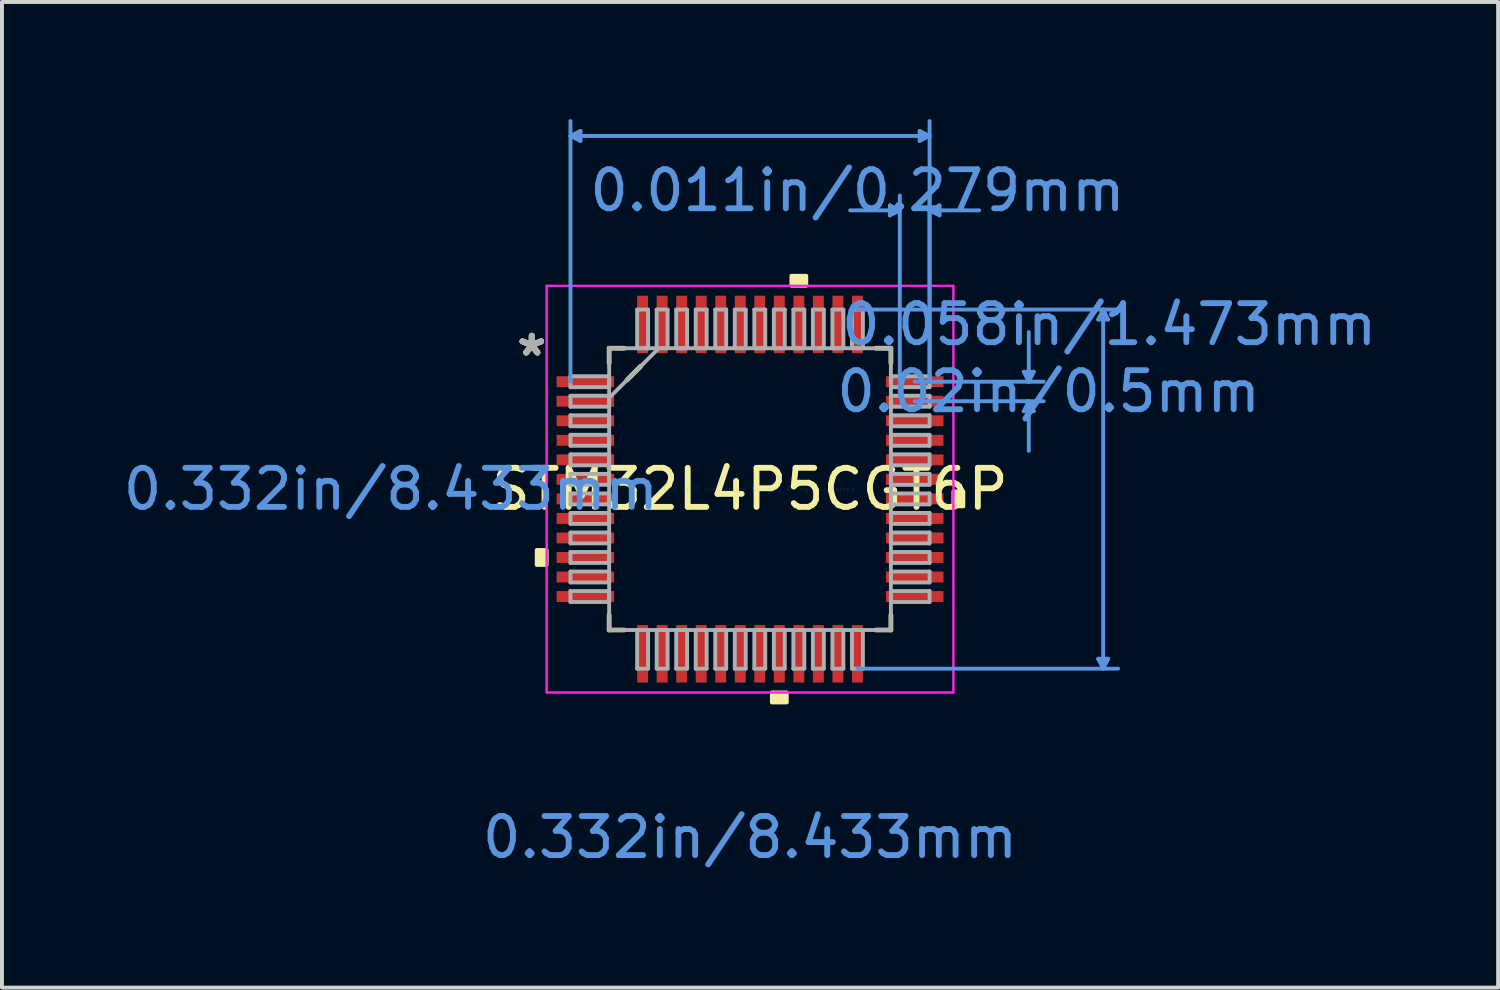
<source format=kicad_pcb>
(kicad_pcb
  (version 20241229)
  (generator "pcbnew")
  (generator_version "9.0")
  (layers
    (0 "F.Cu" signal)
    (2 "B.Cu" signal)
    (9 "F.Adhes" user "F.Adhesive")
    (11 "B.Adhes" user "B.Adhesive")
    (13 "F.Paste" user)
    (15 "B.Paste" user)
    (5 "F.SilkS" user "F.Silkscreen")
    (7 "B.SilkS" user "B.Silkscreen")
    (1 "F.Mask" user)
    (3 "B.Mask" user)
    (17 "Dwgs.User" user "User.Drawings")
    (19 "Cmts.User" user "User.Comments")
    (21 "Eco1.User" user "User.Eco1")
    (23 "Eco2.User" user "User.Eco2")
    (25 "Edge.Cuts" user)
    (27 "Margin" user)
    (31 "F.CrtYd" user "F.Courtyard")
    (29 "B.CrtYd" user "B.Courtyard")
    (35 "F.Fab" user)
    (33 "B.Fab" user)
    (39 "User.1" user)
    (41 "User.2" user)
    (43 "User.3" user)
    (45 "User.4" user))
  (footprint "STM32L4P5CGT6P"
    (layer "F.Cu")
    (at 16.153 9.473)
    (property "Reference" "STM32L4P5CGT6P" (at 0 0 0) (layer "F.SilkS") (effects (font (size 1 1) (thickness 0.15))))
    (attr through_hole)
    (fp_line (start -3.607 -3.607) (end -3.607 -3.222) (stroke (width 0.12) (type solid)) (layer "F.SilkS"))
    (fp_line (start -3.607 3.222) (end -3.607 3.607) (stroke (width 0.12) (type solid)) (layer "F.SilkS"))
    (fp_line (start -3.607 3.607) (end -3.222 3.607) (stroke (width 0.12) (type solid)) (layer "F.SilkS"))
    (fp_line (start -3.222 -3.607) (end -3.607 -3.607) (stroke (width 0.12) (type solid)) (layer "F.SilkS"))
    (fp_line (start -3.147 -2.797) (end -2.797 -3.147) (stroke (width 0.12) (type solid)) (layer "F.SilkS"))
    (fp_line (start 3.222 3.607) (end 3.607 3.607) (stroke (width 0.12) (type solid)) (layer "F.SilkS"))
    (fp_line (start 3.607 -3.607) (end 3.222 -3.607) (stroke (width 0.12) (type solid)) (layer "F.SilkS"))
    (fp_line (start 3.607 -3.222) (end 3.607 -3.607) (stroke (width 0.12) (type solid)) (layer "F.SilkS"))
    (fp_line (start 3.607 3.607) (end 3.607 3.222) (stroke (width 0.12) (type solid)) (layer "F.SilkS"))
    (fp_poly (pts (xy -5.461 1.559) (xy -5.461 1.94) (xy -5.207 1.94) (xy -5.207 1.559)) (stroke (width 0.1) (type solid)) (fill yes) (layer "F.SilkS"))
    (fp_poly (pts (xy 0.56 5.207) (xy 0.56 5.461) (xy 0.941 5.461) (xy 0.941 5.207)) (stroke (width 0.1) (type solid)) (fill yes) (layer "F.SilkS"))
    (fp_poly (pts (xy 1.06 -5.207) (xy 1.06 -5.461) (xy 1.44 -5.461) (xy 1.44 -5.207)) (stroke (width 0.1) (type solid)) (fill yes) (layer "F.SilkS"))
    (fp_poly (pts (xy 5.461 0.059) (xy 5.461 0.441) (xy 5.207 0.441) (xy 5.207 0.059)) (stroke (width 0.1) (type solid)) (fill yes) (layer "F.SilkS"))
    (fp_line (start -4.597 -9.042) (end -4.343 -9.169) (stroke (width 0.1) (type solid)) (layer "Cmts.User"))
    (fp_line (start -4.597 -9.042) (end -4.343 -8.915) (stroke (width 0.1) (type solid)) (layer "Cmts.User"))
    (fp_line (start -4.597 -9.042) (end 4.597 -9.042) (stroke (width 0.1) (type solid)) (layer "Cmts.User"))
    (fp_line (start -4.597 -2.75) (end -4.597 -9.423) (stroke (width 0.1) (type solid)) (layer "Cmts.User"))
    (fp_line (start -4.343 -9.169) (end -4.343 -8.915) (stroke (width 0.1) (type solid)) (layer "Cmts.User"))
    (fp_line (start 2.75 -4.597) (end 9.423 -4.597) (stroke (width 0.1) (type solid)) (layer "Cmts.User"))
    (fp_line (start 2.75 4.597) (end 9.423 4.597) (stroke (width 0.1) (type solid)) (layer "Cmts.User"))
    (fp_line (start 3.581 -7.264) (end 3.581 -7.01) (stroke (width 0.1) (type solid)) (layer "Cmts.User"))
    (fp_line (start 3.835 -7.137) (end 2.565 -7.137) (stroke (width 0.1) (type solid)) (layer "Cmts.User"))
    (fp_line (start 3.835 -7.137) (end 3.581 -7.264) (stroke (width 0.1) (type solid)) (layer "Cmts.User"))
    (fp_line (start 3.835 -7.137) (end 3.581 -7.01) (stroke (width 0.1) (type solid)) (layer "Cmts.User"))
    (fp_line (start 3.835 -2.75) (end 3.835 -7.518) (stroke (width 0.1) (type solid)) (layer "Cmts.User"))
    (fp_line (start 4.216 -2.75) (end 7.518 -2.75) (stroke (width 0.1) (type solid)) (layer "Cmts.User"))
    (fp_line (start 4.216 -2.25) (end 7.518 -2.25) (stroke (width 0.1) (type solid)) (layer "Cmts.User"))
    (fp_line (start 4.343 -9.169) (end 4.343 -8.915) (stroke (width 0.1) (type solid)) (layer "Cmts.User"))
    (fp_line (start 4.597 -9.042) (end 4.343 -9.169) (stroke (width 0.1) (type solid)) (layer "Cmts.User"))
    (fp_line (start 4.597 -9.042) (end 4.343 -8.915) (stroke (width 0.1) (type solid)) (layer "Cmts.User"))
    (fp_line (start 4.597 -7.137) (end 4.851 -7.264) (stroke (width 0.1) (type solid)) (layer "Cmts.User"))
    (fp_line (start 4.597 -7.137) (end 4.851 -7.01) (stroke (width 0.1) (type solid)) (layer "Cmts.User"))
    (fp_line (start 4.597 -7.137) (end 5.867 -7.137) (stroke (width 0.1) (type solid)) (layer "Cmts.User"))
    (fp_line (start 4.597 -2.75) (end 4.597 -9.423) (stroke (width 0.1) (type solid)) (layer "Cmts.User"))
    (fp_line (start 4.597 -2.75) (end 4.597 -7.518) (stroke (width 0.1) (type solid)) (layer "Cmts.User"))
    (fp_line (start 4.851 -7.264) (end 4.851 -7.01) (stroke (width 0.1) (type solid)) (layer "Cmts.User"))
    (fp_line (start 7.01 -3.004) (end 7.264 -3.004) (stroke (width 0.1) (type solid)) (layer "Cmts.User"))
    (fp_line (start 7.01 -1.996) (end 7.264 -1.996) (stroke (width 0.1) (type solid)) (layer "Cmts.User"))
    (fp_line (start 7.137 -2.75) (end 7.01 -3.004) (stroke (width 0.1) (type solid)) (layer "Cmts.User"))
    (fp_line (start 7.137 -2.75) (end 7.137 -4.02) (stroke (width 0.1) (type solid)) (layer "Cmts.User"))
    (fp_line (start 7.137 -2.75) (end 7.264 -3.004) (stroke (width 0.1) (type solid)) (layer "Cmts.User"))
    (fp_line (start 7.137 -2.25) (end 7.01 -1.996) (stroke (width 0.1) (type solid)) (layer "Cmts.User"))
    (fp_line (start 7.137 -2.25) (end 7.137 -0.98) (stroke (width 0.1) (type solid)) (layer "Cmts.User"))
    (fp_line (start 7.137 -2.25) (end 7.264 -1.996) (stroke (width 0.1) (type solid)) (layer "Cmts.User"))
    (fp_line (start 8.915 -4.343) (end 9.169 -4.343) (stroke (width 0.1) (type solid)) (layer "Cmts.User"))
    (fp_line (start 8.915 4.343) (end 9.169 4.343) (stroke (width 0.1) (type solid)) (layer "Cmts.User"))
    (fp_line (start 9.042 -4.597) (end 8.915 -4.343) (stroke (width 0.1) (type solid)) (layer "Cmts.User"))
    (fp_line (start 9.042 -4.597) (end 9.042 4.597) (stroke (width 0.1) (type solid)) (layer "Cmts.User"))
    (fp_line (start 9.042 -4.597) (end 9.169 -4.343) (stroke (width 0.1) (type solid)) (layer "Cmts.User"))
    (fp_line (start 9.042 4.597) (end 8.915 4.343) (stroke (width 0.1) (type solid)) (layer "Cmts.User"))
    (fp_line (start 9.042 4.597) (end 9.169 4.343) (stroke (width 0.1) (type solid)) (layer "Cmts.User"))
    (fp_line (start -5.207 -5.207) (end 5.207 -5.207) (stroke (width 0.05) (type solid)) (layer "F.CrtYd"))
    (fp_line (start -5.207 -5.207) (end 5.207 -5.207) (stroke (width 0.05) (type solid)) (layer "F.CrtYd"))
    (fp_line (start -5.207 5.207) (end -5.207 -5.207) (stroke (width 0.05) (type solid)) (layer "F.CrtYd"))
    (fp_line (start -5.207 5.207) (end -5.207 -5.207) (stroke (width 0.05) (type solid)) (layer "F.CrtYd"))
    (fp_line (start 5.207 -5.207) (end 5.207 5.207) (stroke (width 0.05) (type solid)) (layer "F.CrtYd"))
    (fp_line (start 5.207 -5.207) (end 5.207 5.207) (stroke (width 0.05) (type solid)) (layer "F.CrtYd"))
    (fp_line (start 5.207 5.207) (end -5.207 5.207) (stroke (width 0.05) (type solid)) (layer "F.CrtYd"))
    (fp_line (start 5.207 5.207) (end -5.207 5.207) (stroke (width 0.05) (type solid)) (layer "F.CrtYd"))
    (fp_line (start -4.597 -2.89) (end -4.597 -2.61) (stroke (width 0.1) (type solid)) (layer "F.Fab"))
    (fp_line (start -4.597 -2.61) (end -3.607 -2.61) (stroke (width 0.1) (type solid)) (layer "F.Fab"))
    (fp_line (start -4.597 -2.39) (end -4.597 -2.11) (stroke (width 0.1) (type solid)) (layer "F.Fab"))
    (fp_line (start -4.597 -2.11) (end -3.607 -2.11) (stroke (width 0.1) (type solid)) (layer "F.Fab"))
    (fp_line (start -4.597 -1.89) (end -4.597 -1.61) (stroke (width 0.1) (type solid)) (layer "F.Fab"))
    (fp_line (start -4.597 -1.61) (end -3.607 -1.61) (stroke (width 0.1) (type solid)) (layer "F.Fab"))
    (fp_line (start -4.597 -1.39) (end -4.597 -1.11) (stroke (width 0.1) (type solid)) (layer "F.Fab"))
    (fp_line (start -4.597 -1.11) (end -3.607 -1.11) (stroke (width 0.1) (type solid)) (layer "F.Fab"))
    (fp_line (start -4.597 -0.89) (end -4.597 -0.61) (stroke (width 0.1) (type solid)) (layer "F.Fab"))
    (fp_line (start -4.597 -0.61) (end -3.607 -0.61) (stroke (width 0.1) (type solid)) (layer "F.Fab"))
    (fp_line (start -4.597 -0.39) (end -4.597 -0.11) (stroke (width 0.1) (type solid)) (layer "F.Fab"))
    (fp_line (start -4.597 -0.11) (end -3.607 -0.11) (stroke (width 0.1) (type solid)) (layer "F.Fab"))
    (fp_line (start -4.597 0.11) (end -4.597 0.39) (stroke (width 0.1) (type solid)) (layer "F.Fab"))
    (fp_line (start -4.597 0.39) (end -3.607 0.39) (stroke (width 0.1) (type solid)) (layer "F.Fab"))
    (fp_line (start -4.597 0.61) (end -4.597 0.89) (stroke (width 0.1) (type solid)) (layer "F.Fab"))
    (fp_line (start -4.597 0.89) (end -3.607 0.89) (stroke (width 0.1) (type solid)) (layer "F.Fab"))
    (fp_line (start -4.597 1.11) (end -4.597 1.39) (stroke (width 0.1) (type solid)) (layer "F.Fab"))
    (fp_line (start -4.597 1.39) (end -3.607 1.39) (stroke (width 0.1) (type solid)) (layer "F.Fab"))
    (fp_line (start -4.597 1.61) (end -4.597 1.89) (stroke (width 0.1) (type solid)) (layer "F.Fab"))
    (fp_line (start -4.597 1.89) (end -3.607 1.89) (stroke (width 0.1) (type solid)) (layer "F.Fab"))
    (fp_line (start -4.597 2.11) (end -4.597 2.39) (stroke (width 0.1) (type solid)) (layer "F.Fab"))
    (fp_line (start -4.597 2.39) (end -3.607 2.39) (stroke (width 0.1) (type solid)) (layer "F.Fab"))
    (fp_line (start -4.597 2.61) (end -4.597 2.89) (stroke (width 0.1) (type solid)) (layer "F.Fab"))
    (fp_line (start -4.597 2.89) (end -3.607 2.89) (stroke (width 0.1) (type solid)) (layer "F.Fab"))
    (fp_line (start -3.607 -3.607) (end -3.607 -3.607) (stroke (width 0.1) (type solid)) (layer "F.Fab"))
    (fp_line (start -3.607 -3.607) (end -3.607 3.607) (stroke (width 0.1) (type solid)) (layer "F.Fab"))
    (fp_line (start -3.607 -2.89) (end -4.597 -2.89) (stroke (width 0.1) (type solid)) (layer "F.Fab"))
    (fp_line (start -3.607 -2.61) (end -3.607 -2.89) (stroke (width 0.1) (type solid)) (layer "F.Fab"))
    (fp_line (start -3.607 -2.39) (end -4.597 -2.39) (stroke (width 0.1) (type solid)) (layer "F.Fab"))
    (fp_line (start -3.607 -2.337) (end -2.337 -3.607) (stroke (width 0.1) (type solid)) (layer "F.Fab"))
    (fp_line (start -3.607 -2.11) (end -3.607 -2.39) (stroke (width 0.1) (type solid)) (layer "F.Fab"))
    (fp_line (start -3.607 -1.89) (end -4.597 -1.89) (stroke (width 0.1) (type solid)) (layer "F.Fab"))
    (fp_line (start -3.607 -1.61) (end -3.607 -1.89) (stroke (width 0.1) (type solid)) (layer "F.Fab"))
    (fp_line (start -3.607 -1.39) (end -4.597 -1.39) (stroke (width 0.1) (type solid)) (layer "F.Fab"))
    (fp_line (start -3.607 -1.11) (end -3.607 -1.39) (stroke (width 0.1) (type solid)) (layer "F.Fab"))
    (fp_line (start -3.607 -0.89) (end -4.597 -0.89) (stroke (width 0.1) (type solid)) (layer "F.Fab"))
    (fp_line (start -3.607 -0.61) (end -3.607 -0.89) (stroke (width 0.1) (type solid)) (layer "F.Fab"))
    (fp_line (start -3.607 -0.39) (end -4.597 -0.39) (stroke (width 0.1) (type solid)) (layer "F.Fab"))
    (fp_line (start -3.607 -0.11) (end -3.607 -0.39) (stroke (width 0.1) (type solid)) (layer "F.Fab"))
    (fp_line (start -3.607 0.11) (end -4.597 0.11) (stroke (width 0.1) (type solid)) (layer "F.Fab"))
    (fp_line (start -3.607 0.39) (end -3.607 0.11) (stroke (width 0.1) (type solid)) (layer "F.Fab"))
    (fp_line (start -3.607 0.61) (end -4.597 0.61) (stroke (width 0.1) (type solid)) (layer "F.Fab"))
    (fp_line (start -3.607 0.89) (end -3.607 0.61) (stroke (width 0.1) (type solid)) (layer "F.Fab"))
    (fp_line (start -3.607 1.11) (end -4.597 1.11) (stroke (width 0.1) (type solid)) (layer "F.Fab"))
    (fp_line (start -3.607 1.39) (end -3.607 1.11) (stroke (width 0.1) (type solid)) (layer "F.Fab"))
    (fp_line (start -3.607 1.61) (end -4.597 1.61) (stroke (width 0.1) (type solid)) (layer "F.Fab"))
    (fp_line (start -3.607 1.89) (end -3.607 1.61) (stroke (width 0.1) (type solid)) (layer "F.Fab"))
    (fp_line (start -3.607 2.11) (end -4.597 2.11) (stroke (width 0.1) (type solid)) (layer "F.Fab"))
    (fp_line (start -3.607 2.39) (end -3.607 2.11) (stroke (width 0.1) (type solid)) (layer "F.Fab"))
    (fp_line (start -3.607 2.61) (end -4.597 2.61) (stroke (width 0.1) (type solid)) (layer "F.Fab"))
    (fp_line (start -3.607 2.89) (end -3.607 2.61) (stroke (width 0.1) (type solid)) (layer "F.Fab"))
    (fp_line (start -3.607 3.607) (end -3.607 3.607) (stroke (width 0.1) (type solid)) (layer "F.Fab"))
    (fp_line (start -3.607 3.607) (end 3.607 3.607) (stroke (width 0.1) (type solid)) (layer "F.Fab"))
    (fp_line (start -2.89 -4.597) (end -2.89 -3.607) (stroke (width 0.1) (type solid)) (layer "F.Fab"))
    (fp_line (start -2.89 -3.607) (end -2.61 -3.607) (stroke (width 0.1) (type solid)) (layer "F.Fab"))
    (fp_line (start -2.89 3.607) (end -2.89 4.597) (stroke (width 0.1) (type solid)) (layer "F.Fab"))
    (fp_line (start -2.89 4.597) (end -2.61 4.597) (stroke (width 0.1) (type solid)) (layer "F.Fab"))
    (fp_line (start -2.61 -4.597) (end -2.89 -4.597) (stroke (width 0.1) (type solid)) (layer "F.Fab"))
    (fp_line (start -2.61 -3.607) (end -2.61 -4.597) (stroke (width 0.1) (type solid)) (layer "F.Fab"))
    (fp_line (start -2.61 3.607) (end -2.89 3.607) (stroke (width 0.1) (type solid)) (layer "F.Fab"))
    (fp_line (start -2.61 4.597) (end -2.61 3.607) (stroke (width 0.1) (type solid)) (layer "F.Fab"))
    (fp_line (start -2.39 -4.597) (end -2.39 -3.607) (stroke (width 0.1) (type solid)) (layer "F.Fab"))
    (fp_line (start -2.39 -3.607) (end -2.11 -3.607) (stroke (width 0.1) (type solid)) (layer "F.Fab"))
    (fp_line (start -2.39 3.607) (end -2.39 4.597) (stroke (width 0.1) (type solid)) (layer "F.Fab"))
    (fp_line (start -2.39 4.597) (end -2.11 4.597) (stroke (width 0.1) (type solid)) (layer "F.Fab"))
    (fp_line (start -2.11 -4.597) (end -2.39 -4.597) (stroke (width 0.1) (type solid)) (layer "F.Fab"))
    (fp_line (start -2.11 -3.607) (end -2.11 -4.597) (stroke (width 0.1) (type solid)) (layer "F.Fab"))
    (fp_line (start -2.11 3.607) (end -2.39 3.607) (stroke (width 0.1) (type solid)) (layer "F.Fab"))
    (fp_line (start -2.11 4.597) (end -2.11 3.607) (stroke (width 0.1) (type solid)) (layer "F.Fab"))
    (fp_line (start -1.89 -4.597) (end -1.89 -3.607) (stroke (width 0.1) (type solid)) (layer "F.Fab"))
    (fp_line (start -1.89 -3.607) (end -1.61 -3.607) (stroke (width 0.1) (type solid)) (layer "F.Fab"))
    (fp_line (start -1.89 3.607) (end -1.89 4.597) (stroke (width 0.1) (type solid)) (layer "F.Fab"))
    (fp_line (start -1.89 4.597) (end -1.61 4.597) (stroke (width 0.1) (type solid)) (layer "F.Fab"))
    (fp_line (start -1.61 -4.597) (end -1.89 -4.597) (stroke (width 0.1) (type solid)) (layer "F.Fab"))
    (fp_line (start -1.61 -3.607) (end -1.61 -4.597) (stroke (width 0.1) (type solid)) (layer "F.Fab"))
    (fp_line (start -1.61 3.607) (end -1.89 3.607) (stroke (width 0.1) (type solid)) (layer "F.Fab"))
    (fp_line (start -1.61 4.597) (end -1.61 3.607) (stroke (width 0.1) (type solid)) (layer "F.Fab"))
    (fp_line (start -1.39 -4.597) (end -1.39 -3.607) (stroke (width 0.1) (type solid)) (layer "F.Fab"))
    (fp_line (start -1.39 -3.607) (end -1.11 -3.607) (stroke (width 0.1) (type solid)) (layer "F.Fab"))
    (fp_line (start -1.39 3.607) (end -1.39 4.597) (stroke (width 0.1) (type solid)) (layer "F.Fab"))
    (fp_line (start -1.39 4.597) (end -1.11 4.597) (stroke (width 0.1) (type solid)) (layer "F.Fab"))
    (fp_line (start -1.11 -4.597) (end -1.39 -4.597) (stroke (width 0.1) (type solid)) (layer "F.Fab"))
    (fp_line (start -1.11 -3.607) (end -1.11 -4.597) (stroke (width 0.1) (type solid)) (layer "F.Fab"))
    (fp_line (start -1.11 3.607) (end -1.39 3.607) (stroke (width 0.1) (type solid)) (layer "F.Fab"))
    (fp_line (start -1.11 4.597) (end -1.11 3.607) (stroke (width 0.1) (type solid)) (layer "F.Fab"))
    (fp_line (start -0.89 -4.597) (end -0.89 -3.607) (stroke (width 0.1) (type solid)) (layer "F.Fab"))
    (fp_line (start -0.89 -3.607) (end -0.61 -3.607) (stroke (width 0.1) (type solid)) (layer "F.Fab"))
    (fp_line (start -0.89 3.607) (end -0.89 4.597) (stroke (width 0.1) (type solid)) (layer "F.Fab"))
    (fp_line (start -0.89 4.597) (end -0.61 4.597) (stroke (width 0.1) (type solid)) (layer "F.Fab"))
    (fp_line (start -0.61 -4.597) (end -0.89 -4.597) (stroke (width 0.1) (type solid)) (layer "F.Fab"))
    (fp_line (start -0.61 -3.607) (end -0.61 -4.597) (stroke (width 0.1) (type solid)) (layer "F.Fab"))
    (fp_line (start -0.61 3.607) (end -0.89 3.607) (stroke (width 0.1) (type solid)) (layer "F.Fab"))
    (fp_line (start -0.61 4.597) (end -0.61 3.607) (stroke (width 0.1) (type solid)) (layer "F.Fab"))
    (fp_line (start -0.39 -4.597) (end -0.39 -3.607) (stroke (width 0.1) (type solid)) (layer "F.Fab"))
    (fp_line (start -0.39 -3.607) (end -0.11 -3.607) (stroke (width 0.1) (type solid)) (layer "F.Fab"))
    (fp_line (start -0.39 3.607) (end -0.39 4.597) (stroke (width 0.1) (type solid)) (layer "F.Fab"))
    (fp_line (start -0.39 4.597) (end -0.11 4.597) (stroke (width 0.1) (type solid)) (layer "F.Fab"))
    (fp_line (start -0.11 -4.597) (end -0.39 -4.597) (stroke (width 0.1) (type solid)) (layer "F.Fab"))
    (fp_line (start -0.11 -3.607) (end -0.11 -4.597) (stroke (width 0.1) (type solid)) (layer "F.Fab"))
    (fp_line (start -0.11 3.607) (end -0.39 3.607) (stroke (width 0.1) (type solid)) (layer "F.Fab"))
    (fp_line (start -0.11 4.597) (end -0.11 3.607) (stroke (width 0.1) (type solid)) (layer "F.Fab"))
    (fp_line (start 0.11 -4.597) (end 0.11 -3.607) (stroke (width 0.1) (type solid)) (layer "F.Fab"))
    (fp_line (start 0.11 -3.607) (end 0.39 -3.607) (stroke (width 0.1) (type solid)) (layer "F.Fab"))
    (fp_line (start 0.11 3.607) (end 0.11 4.597) (stroke (width 0.1) (type solid)) (layer "F.Fab"))
    (fp_line (start 0.11 4.597) (end 0.39 4.597) (stroke (width 0.1) (type solid)) (layer "F.Fab"))
    (fp_line (start 0.39 -4.597) (end 0.11 -4.597) (stroke (width 0.1) (type solid)) (layer "F.Fab"))
    (fp_line (start 0.39 -3.607) (end 0.39 -4.597) (stroke (width 0.1) (type solid)) (layer "F.Fab"))
    (fp_line (start 0.39 3.607) (end 0.11 3.607) (stroke (width 0.1) (type solid)) (layer "F.Fab"))
    (fp_line (start 0.39 4.597) (end 0.39 3.607) (stroke (width 0.1) (type solid)) (layer "F.Fab"))
    (fp_line (start 0.61 -4.597) (end 0.61 -3.607) (stroke (width 0.1) (type solid)) (layer "F.Fab"))
    (fp_line (start 0.61 -3.607) (end 0.89 -3.607) (stroke (width 0.1) (type solid)) (layer "F.Fab"))
    (fp_line (start 0.61 3.607) (end 0.61 4.597) (stroke (width 0.1) (type solid)) (layer "F.Fab"))
    (fp_line (start 0.61 4.597) (end 0.89 4.597) (stroke (width 0.1) (type solid)) (layer "F.Fab"))
    (fp_line (start 0.89 -4.597) (end 0.61 -4.597) (stroke (width 0.1) (type solid)) (layer "F.Fab"))
    (fp_line (start 0.89 -3.607) (end 0.89 -4.597) (stroke (width 0.1) (type solid)) (layer "F.Fab"))
    (fp_line (start 0.89 3.607) (end 0.61 3.607) (stroke (width 0.1) (type solid)) (layer "F.Fab"))
    (fp_line (start 0.89 4.597) (end 0.89 3.607) (stroke (width 0.1) (type solid)) (layer "F.Fab"))
    (fp_line (start 1.11 -4.597) (end 1.11 -3.607) (stroke (width 0.1) (type solid)) (layer "F.Fab"))
    (fp_line (start 1.11 -3.607) (end 1.39 -3.607) (stroke (width 0.1) (type solid)) (layer "F.Fab"))
    (fp_line (start 1.11 3.607) (end 1.11 4.597) (stroke (width 0.1) (type solid)) (layer "F.Fab"))
    (fp_line (start 1.11 4.597) (end 1.39 4.597) (stroke (width 0.1) (type solid)) (layer "F.Fab"))
    (fp_line (start 1.39 -4.597) (end 1.11 -4.597) (stroke (width 0.1) (type solid)) (layer "F.Fab"))
    (fp_line (start 1.39 -3.607) (end 1.39 -4.597) (stroke (width 0.1) (type solid)) (layer "F.Fab"))
    (fp_line (start 1.39 3.607) (end 1.11 3.607) (stroke (width 0.1) (type solid)) (layer "F.Fab"))
    (fp_line (start 1.39 4.597) (end 1.39 3.607) (stroke (width 0.1) (type solid)) (layer "F.Fab"))
    (fp_line (start 1.61 -4.597) (end 1.61 -3.607) (stroke (width 0.1) (type solid)) (layer "F.Fab"))
    (fp_line (start 1.61 -3.607) (end 1.89 -3.607) (stroke (width 0.1) (type solid)) (layer "F.Fab"))
    (fp_line (start 1.61 3.607) (end 1.61 4.597) (stroke (width 0.1) (type solid)) (layer "F.Fab"))
    (fp_line (start 1.61 4.597) (end 1.89 4.597) (stroke (width 0.1) (type solid)) (layer "F.Fab"))
    (fp_line (start 1.89 -4.597) (end 1.61 -4.597) (stroke (width 0.1) (type solid)) (layer "F.Fab"))
    (fp_line (start 1.89 -3.607) (end 1.89 -4.597) (stroke (width 0.1) (type solid)) (layer "F.Fab"))
    (fp_line (start 1.89 3.607) (end 1.61 3.607) (stroke (width 0.1) (type solid)) (layer "F.Fab"))
    (fp_line (start 1.89 4.597) (end 1.89 3.607) (stroke (width 0.1) (type solid)) (layer "F.Fab"))
    (fp_line (start 2.11 -4.597) (end 2.11 -3.607) (stroke (width 0.1) (type solid)) (layer "F.Fab"))
    (fp_line (start 2.11 -3.607) (end 2.39 -3.607) (stroke (width 0.1) (type solid)) (layer "F.Fab"))
    (fp_line (start 2.11 3.607) (end 2.11 4.597) (stroke (width 0.1) (type solid)) (layer "F.Fab"))
    (fp_line (start 2.11 4.597) (end 2.39 4.597) (stroke (width 0.1) (type solid)) (layer "F.Fab"))
    (fp_line (start 2.39 -4.597) (end 2.11 -4.597) (stroke (width 0.1) (type solid)) (layer "F.Fab"))
    (fp_line (start 2.39 -3.607) (end 2.39 -4.597) (stroke (width 0.1) (type solid)) (layer "F.Fab"))
    (fp_line (start 2.39 3.607) (end 2.11 3.607) (stroke (width 0.1) (type solid)) (layer "F.Fab"))
    (fp_line (start 2.39 4.597) (end 2.39 3.607) (stroke (width 0.1) (type solid)) (layer "F.Fab"))
    (fp_line (start 2.61 -4.597) (end 2.61 -3.607) (stroke (width 0.1) (type solid)) (layer "F.Fab"))
    (fp_line (start 2.61 -3.607) (end 2.89 -3.607) (stroke (width 0.1) (type solid)) (layer "F.Fab"))
    (fp_line (start 2.61 3.607) (end 2.61 4.597) (stroke (width 0.1) (type solid)) (layer "F.Fab"))
    (fp_line (start 2.61 4.597) (end 2.89 4.597) (stroke (width 0.1) (type solid)) (layer "F.Fab"))
    (fp_line (start 2.89 -4.597) (end 2.61 -4.597) (stroke (width 0.1) (type solid)) (layer "F.Fab"))
    (fp_line (start 2.89 -3.607) (end 2.89 -4.597) (stroke (width 0.1) (type solid)) (layer "F.Fab"))
    (fp_line (start 2.89 3.607) (end 2.61 3.607) (stroke (width 0.1) (type solid)) (layer "F.Fab"))
    (fp_line (start 2.89 4.597) (end 2.89 3.607) (stroke (width 0.1) (type solid)) (layer "F.Fab"))
    (fp_line (start 3.607 -3.607) (end -3.607 -3.607) (stroke (width 0.1) (type solid)) (layer "F.Fab"))
    (fp_line (start 3.607 -3.607) (end 3.607 -3.607) (stroke (width 0.1) (type solid)) (layer "F.Fab"))
    (fp_line (start 3.607 -2.89) (end 3.607 -2.61) (stroke (width 0.1) (type solid)) (layer "F.Fab"))
    (fp_line (start 3.607 -2.61) (end 4.597 -2.61) (stroke (width 0.1) (type solid)) (layer "F.Fab"))
    (fp_line (start 3.607 -2.39) (end 3.607 -2.11) (stroke (width 0.1) (type solid)) (layer "F.Fab"))
    (fp_line (start 3.607 -2.11) (end 4.597 -2.11) (stroke (width 0.1) (type solid)) (layer "F.Fab"))
    (fp_line (start 3.607 -1.89) (end 3.607 -1.61) (stroke (width 0.1) (type solid)) (layer "F.Fab"))
    (fp_line (start 3.607 -1.61) (end 4.597 -1.61) (stroke (width 0.1) (type solid)) (layer "F.Fab"))
    (fp_line (start 3.607 -1.39) (end 3.607 -1.11) (stroke (width 0.1) (type solid)) (layer "F.Fab"))
    (fp_line (start 3.607 -1.11) (end 4.597 -1.11) (stroke (width 0.1) (type solid)) (layer "F.Fab"))
    (fp_line (start 3.607 -0.89) (end 3.607 -0.61) (stroke (width 0.1) (type solid)) (layer "F.Fab"))
    (fp_line (start 3.607 -0.61) (end 4.597 -0.61) (stroke (width 0.1) (type solid)) (layer "F.Fab"))
    (fp_line (start 3.607 -0.39) (end 3.607 -0.11) (stroke (width 0.1) (type solid)) (layer "F.Fab"))
    (fp_line (start 3.607 -0.11) (end 4.597 -0.11) (stroke (width 0.1) (type solid)) (layer "F.Fab"))
    (fp_line (start 3.607 0.11) (end 3.607 0.39) (stroke (width 0.1) (type solid)) (layer "F.Fab"))
    (fp_line (start 3.607 0.39) (end 4.597 0.39) (stroke (width 0.1) (type solid)) (layer "F.Fab"))
    (fp_line (start 3.607 0.61) (end 3.607 0.89) (stroke (width 0.1) (type solid)) (layer "F.Fab"))
    (fp_line (start 3.607 0.89) (end 4.597 0.89) (stroke (width 0.1) (type solid)) (layer "F.Fab"))
    (fp_line (start 3.607 1.11) (end 3.607 1.39) (stroke (width 0.1) (type solid)) (layer "F.Fab"))
    (fp_line (start 3.607 1.39) (end 4.597 1.39) (stroke (width 0.1) (type solid)) (layer "F.Fab"))
    (fp_line (start 3.607 1.61) (end 3.607 1.89) (stroke (width 0.1) (type solid)) (layer "F.Fab"))
    (fp_line (start 3.607 1.89) (end 4.597 1.89) (stroke (width 0.1) (type solid)) (layer "F.Fab"))
    (fp_line (start 3.607 2.11) (end 3.607 2.39) (stroke (width 0.1) (type solid)) (layer "F.Fab"))
    (fp_line (start 3.607 2.39) (end 4.597 2.39) (stroke (width 0.1) (type solid)) (layer "F.Fab"))
    (fp_line (start 3.607 2.61) (end 3.607 2.89) (stroke (width 0.1) (type solid)) (layer "F.Fab"))
    (fp_line (start 3.607 2.89) (end 4.597 2.89) (stroke (width 0.1) (type solid)) (layer "F.Fab"))
    (fp_line (start 3.607 3.607) (end 3.607 -3.607) (stroke (width 0.1) (type solid)) (layer "F.Fab"))
    (fp_line (start 3.607 3.607) (end 3.607 3.607) (stroke (width 0.1) (type solid)) (layer "F.Fab"))
    (fp_line (start 4.597 -2.89) (end 3.607 -2.89) (stroke (width 0.1) (type solid)) (layer "F.Fab"))
    (fp_line (start 4.597 -2.61) (end 4.597 -2.89) (stroke (width 0.1) (type solid)) (layer "F.Fab"))
    (fp_line (start 4.597 -2.39) (end 3.607 -2.39) (stroke (width 0.1) (type solid)) (layer "F.Fab"))
    (fp_line (start 4.597 -2.11) (end 4.597 -2.39) (stroke (width 0.1) (type solid)) (layer "F.Fab"))
    (fp_line (start 4.597 -1.89) (end 3.607 -1.89) (stroke (width 0.1) (type solid)) (layer "F.Fab"))
    (fp_line (start 4.597 -1.61) (end 4.597 -1.89) (stroke (width 0.1) (type solid)) (layer "F.Fab"))
    (fp_line (start 4.597 -1.39) (end 3.607 -1.39) (stroke (width 0.1) (type solid)) (layer "F.Fab"))
    (fp_line (start 4.597 -1.11) (end 4.597 -1.39) (stroke (width 0.1) (type solid)) (layer "F.Fab"))
    (fp_line (start 4.597 -0.89) (end 3.607 -0.89) (stroke (width 0.1) (type solid)) (layer "F.Fab"))
    (fp_line (start 4.597 -0.61) (end 4.597 -0.89) (stroke (width 0.1) (type solid)) (layer "F.Fab"))
    (fp_line (start 4.597 -0.39) (end 3.607 -0.39) (stroke (width 0.1) (type solid)) (layer "F.Fab"))
    (fp_line (start 4.597 -0.11) (end 4.597 -0.39) (stroke (width 0.1) (type solid)) (layer "F.Fab"))
    (fp_line (start 4.597 0.11) (end 3.607 0.11) (stroke (width 0.1) (type solid)) (layer "F.Fab"))
    (fp_line (start 4.597 0.39) (end 4.597 0.11) (stroke (width 0.1) (type solid)) (layer "F.Fab"))
    (fp_line (start 4.597 0.61) (end 3.607 0.61) (stroke (width 0.1) (type solid)) (layer "F.Fab"))
    (fp_line (start 4.597 0.89) (end 4.597 0.61) (stroke (width 0.1) (type solid)) (layer "F.Fab"))
    (fp_line (start 4.597 1.11) (end 3.607 1.11) (stroke (width 0.1) (type solid)) (layer "F.Fab"))
    (fp_line (start 4.597 1.39) (end 4.597 1.11) (stroke (width 0.1) (type solid)) (layer "F.Fab"))
    (fp_line (start 4.597 1.61) (end 3.607 1.61) (stroke (width 0.1) (type solid)) (layer "F.Fab"))
    (fp_line (start 4.597 1.89) (end 4.597 1.61) (stroke (width 0.1) (type solid)) (layer "F.Fab"))
    (fp_line (start 4.597 2.11) (end 3.607 2.11) (stroke (width 0.1) (type solid)) (layer "F.Fab"))
    (fp_line (start 4.597 2.39) (end 4.597 2.11) (stroke (width 0.1) (type solid)) (layer "F.Fab"))
    (fp_line (start 4.597 2.61) (end 3.607 2.61) (stroke (width 0.1) (type solid)) (layer "F.Fab"))
    (fp_line (start 4.597 2.89) (end 4.597 2.61) (stroke (width 0.1) (type solid)) (layer "F.Fab"))
    (fp_text user "*" (at -5.588 -3.381 0) (layer "F.SilkS") (effects (font (size 1 1) (thickness 0.15))))
    (fp_text user "*" (at -5.588 -3.381 0) (layer "F.SilkS") (effects (font (size 1 1) (thickness 0.15))))
    (fp_text user "0.332in/8.433mm" (at 0 8.915 0) (layer "Cmts.User") (effects (font (size 1 1) (thickness 0.15))))
    (fp_text user "0.332in/8.433mm" (at -9.195 0 0) (layer "Cmts.User") (effects (font (size 1 1) (thickness 0.15))))
    (fp_text user "0.02in/0.5mm" (at 7.645 -2.5 0) (layer "Cmts.User") (effects (font (size 1 1) (thickness 0.15))))
    (fp_text user "0.058in/1.473mm" (at 9.195 -4.216 0) (layer "Cmts.User") (effects (font (size 1 1) (thickness 0.15))))
    (fp_text user "0.011in/0.279mm" (at 2.75 -7.645 0) (layer "Cmts.User") (effects (font (size 1 1) (thickness 0.15))))
    (fp_text user "Copyright 2021 Accelerated Designs. All rights reserved." (at 0 0 0) (layer "Cmts.User") (effects (font (size 0.127 0.127) (thickness 0.002))))
    (fp_text user "*" (at -5.588 -3.381 0) (layer "F.Fab") (effects (font (size 1 1) (thickness 0.15))))
    (fp_text user "*" (at -5.588 -3.381 0) (layer "F.Fab") (effects (font (size 1 1) (thickness 0.15))))
    (pad "1" smd rect (at -4.216 -2.75 90) (size 0.279 1.473) (layers "F.Cu" "F.Mask" "F.Paste"))
    (pad "2" smd rect (at -4.216 -2.25 90) (size 0.279 1.473) (layers "F.Cu" "F.Mask" "F.Paste"))
    (pad "3" smd rect (at -4.216 -1.75 90) (size 0.279 1.473) (layers "F.Cu" "F.Mask" "F.Paste"))
    (pad "4" smd rect (at -4.216 -1.25 90) (size 0.279 1.473) (layers "F.Cu" "F.Mask" "F.Paste"))
    (pad "5" smd rect (at -4.216 -0.75 90) (size 0.279 1.473) (layers "F.Cu" "F.Mask" "F.Paste"))
    (pad "6" smd rect (at -4.216 -0.25 90) (size 0.279 1.473) (layers "F.Cu" "F.Mask" "F.Paste"))
    (pad "7" smd rect (at -4.216 0.25 90) (size 0.279 1.473) (layers "F.Cu" "F.Mask" "F.Paste"))
    (pad "8" smd rect (at -4.216 0.75 90) (size 0.279 1.473) (layers "F.Cu" "F.Mask" "F.Paste"))
    (pad "9" smd rect (at -4.216 1.25 90) (size 0.279 1.473) (layers "F.Cu" "F.Mask" "F.Paste"))
    (pad "10" smd rect (at -4.216 1.75 90) (size 0.279 1.473) (layers "F.Cu" "F.Mask" "F.Paste"))
    (pad "11" smd rect (at -4.216 2.25 90) (size 0.279 1.473) (layers "F.Cu" "F.Mask" "F.Paste"))
    (pad "12" smd rect (at -4.216 2.75 90) (size 0.279 1.473) (layers "F.Cu" "F.Mask" "F.Paste"))
    (pad "13" smd rect (at -2.75 4.216) (size 0.279 1.473) (layers "F.Cu" "F.Mask" "F.Paste"))
    (pad "14" smd rect (at -2.25 4.216) (size 0.279 1.473) (layers "F.Cu" "F.Mask" "F.Paste"))
    (pad "15" smd rect (at -1.75 4.216) (size 0.279 1.473) (layers "F.Cu" "F.Mask" "F.Paste"))
    (pad "16" smd rect (at -1.25 4.216) (size 0.279 1.473) (layers "F.Cu" "F.Mask" "F.Paste"))
    (pad "17" smd rect (at -0.75 4.216) (size 0.279 1.473) (layers "F.Cu" "F.Mask" "F.Paste"))
    (pad "18" smd rect (at -0.25 4.216) (size 0.279 1.473) (layers "F.Cu" "F.Mask" "F.Paste"))
    (pad "19" smd rect (at 0.25 4.216) (size 0.279 1.473) (layers "F.Cu" "F.Mask" "F.Paste"))
    (pad "20" smd rect (at 0.75 4.216) (size 0.279 1.473) (layers "F.Cu" "F.Mask" "F.Paste"))
    (pad "21" smd rect (at 1.25 4.216) (size 0.279 1.473) (layers "F.Cu" "F.Mask" "F.Paste"))
    (pad "22" smd rect (at 1.75 4.216) (size 0.279 1.473) (layers "F.Cu" "F.Mask" "F.Paste"))
    (pad "23" smd rect (at 2.25 4.216) (size 0.279 1.473) (layers "F.Cu" "F.Mask" "F.Paste"))
    (pad "24" smd rect (at 2.75 4.216) (size 0.279 1.473) (layers "F.Cu" "F.Mask" "F.Paste"))
    (pad "25" smd rect (at 4.216 2.75 90) (size 0.279 1.473) (layers "F.Cu" "F.Mask" "F.Paste"))
    (pad "26" smd rect (at 4.216 2.25 90) (size 0.279 1.473) (layers "F.Cu" "F.Mask" "F.Paste"))
    (pad "27" smd rect (at 4.216 1.75 90) (size 0.279 1.473) (layers "F.Cu" "F.Mask" "F.Paste"))
    (pad "28" smd rect (at 4.216 1.25 90) (size 0.279 1.473) (layers "F.Cu" "F.Mask" "F.Paste"))
    (pad "29" smd rect (at 4.216 0.75 90) (size 0.279 1.473) (layers "F.Cu" "F.Mask" "F.Paste"))
    (pad "30" smd rect (at 4.216 0.25 90) (size 0.279 1.473) (layers "F.Cu" "F.Mask" "F.Paste"))
    (pad "31" smd rect (at 4.216 -0.25 90) (size 0.279 1.473) (layers "F.Cu" "F.Mask" "F.Paste"))
    (pad "32" smd rect (at 4.216 -0.75 90) (size 0.279 1.473) (layers "F.Cu" "F.Mask" "F.Paste"))
    (pad "33" smd rect (at 4.216 -1.25 90) (size 0.279 1.473) (layers "F.Cu" "F.Mask" "F.Paste"))
    (pad "34" smd rect (at 4.216 -1.75 90) (size 0.279 1.473) (layers "F.Cu" "F.Mask" "F.Paste"))
    (pad "35" smd rect (at 4.216 -2.25 90) (size 0.279 1.473) (layers "F.Cu" "F.Mask" "F.Paste"))
    (pad "36" smd rect (at 4.216 -2.75 90) (size 0.279 1.473) (layers "F.Cu" "F.Mask" "F.Paste"))
    (pad "37" smd rect (at 2.75 -4.216) (size 0.279 1.473) (layers "F.Cu" "F.Mask" "F.Paste"))
    (pad "38" smd rect (at 2.25 -4.216) (size 0.279 1.473) (layers "F.Cu" "F.Mask" "F.Paste"))
    (pad "39" smd rect (at 1.75 -4.216) (size 0.279 1.473) (layers "F.Cu" "F.Mask" "F.Paste"))
    (pad "40" smd rect (at 1.25 -4.216) (size 0.279 1.473) (layers "F.Cu" "F.Mask" "F.Paste"))
    (pad "41" smd rect (at 0.75 -4.216) (size 0.279 1.473) (layers "F.Cu" "F.Mask" "F.Paste"))
    (pad "42" smd rect (at 0.25 -4.216) (size 0.279 1.473) (layers "F.Cu" "F.Mask" "F.Paste"))
    (pad "43" smd rect (at -0.25 -4.216) (size 0.279 1.473) (layers "F.Cu" "F.Mask" "F.Paste"))
    (pad "44" smd rect (at -0.75 -4.216) (size 0.279 1.473) (layers "F.Cu" "F.Mask" "F.Paste"))
    (pad "45" smd rect (at -1.25 -4.216) (size 0.279 1.473) (layers "F.Cu" "F.Mask" "F.Paste"))
    (pad "46" smd rect (at -1.75 -4.216) (size 0.279 1.473) (layers "F.Cu" "F.Mask" "F.Paste"))
    (pad "47" smd rect (at -2.25 -4.216) (size 0.279 1.473) (layers "F.Cu" "F.Mask" "F.Paste"))
    (pad "48" smd rect (at -2.75 -4.216) (size 0.279 1.473) (layers "F.Cu" "F.Mask" "F.Paste")))
  (gr_rect
    (start -3 -3)
    (end 35.306 22.237)
    (stroke (width 0.1) (type default))
    (fill no)
    (layer "Edge.Cuts")))
</source>
